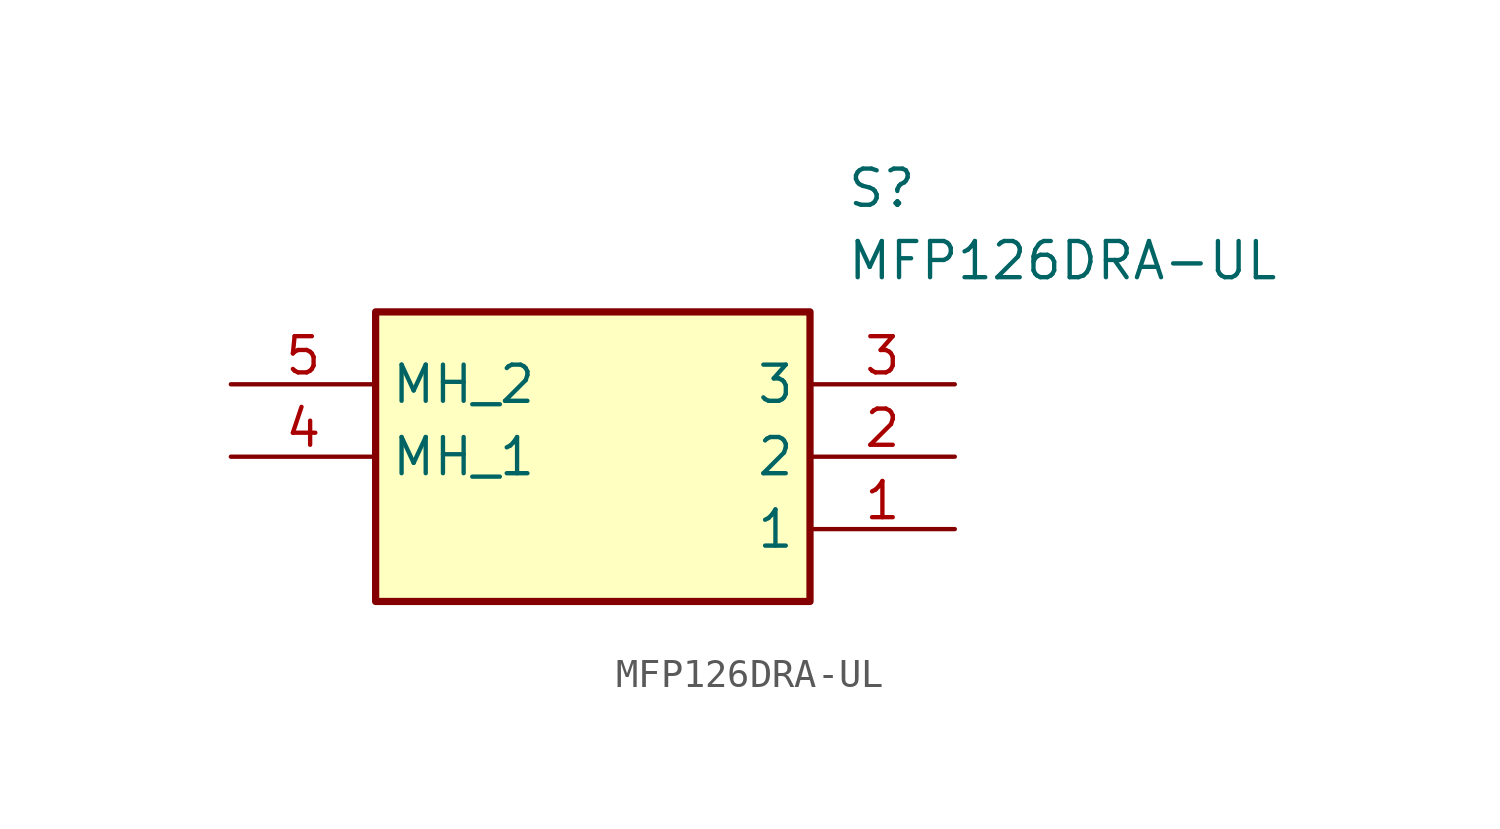
<source format=kicad_sym>
(kicad_symbol_lib
  (version 20211014)
  (generator SamacSys_ECAD_Model)
  (symbol "MFP126DRA-UL"
    (property "Reference" "S"
      (at 21.59 7.62 0)
      (effects (font (size 1.27 1.27)) (justify left top)))
    (property "Value" "MFP126DRA-UL"
      (at 21.59 5.08 0)
      (effects (font (size 1.27 1.27)) (justify left top)))
    (rectangle
      (start 5.08 2.54)
      (end 20.32 -7.62)
      (stroke (width 0.254) (type default))
      (fill (type background)))
    (pin passive line
      (at 25.4 -5.08 180)
      (length 5.08)
      (name "1" (effects (font (size 1.27 1.27))))
      (number "1" (effects (font (size 1.27 1.27)))))
    (pin passive line
      (at 25.4 -2.54 180)
      (length 5.08)
      (name "2" (effects (font (size 1.27 1.27))))
      (number "2" (effects (font (size 1.27 1.27)))))
    (pin passive line
      (at 25.4 0 180)
      (length 5.08)
      (name "3" (effects (font (size 1.27 1.27))))
      (number "3" (effects (font (size 1.27 1.27)))))
    (pin passive line
      (at 0 -2.54 0)
      (length 5.08)
      (name "MH_1" (effects (font (size 1.27 1.27))))
      (number "4" (effects (font (size 1.27 1.27)))))
    (pin passive line
      (at 0 0 0)
      (length 5.08)
      (name "MH_2" (effects (font (size 1.27 1.27))))
      (number "5" (effects (font (size 1.27 1.27)))))))
</source>
